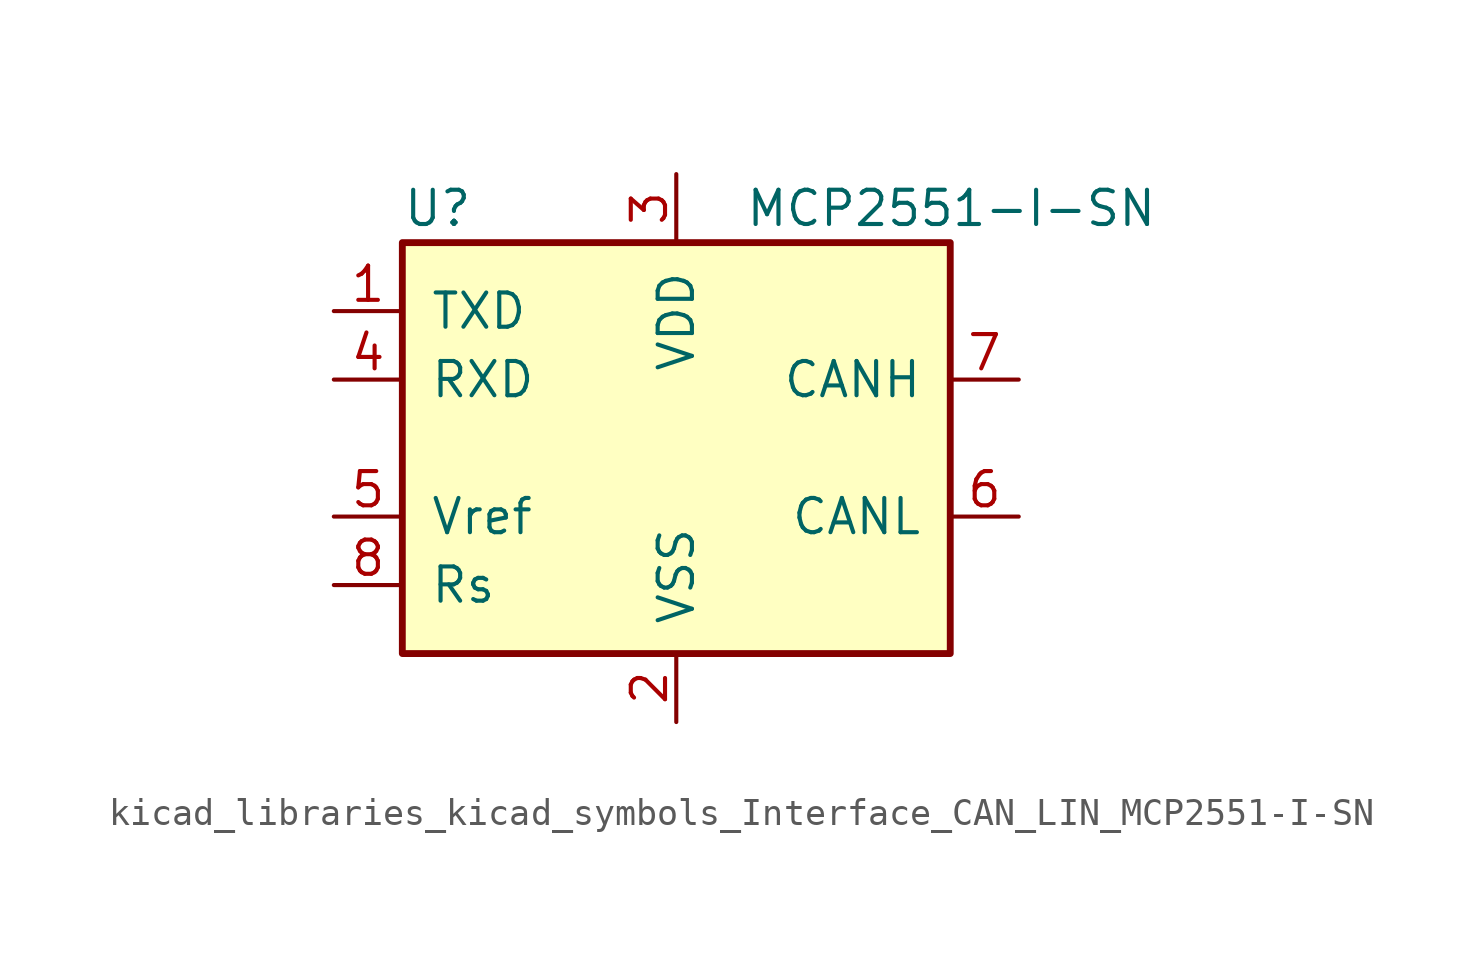
<source format=kicad_sym>
(kicad_symbol_lib
  (version 20220914)
  (generator kicad_symbol_editor)
  (symbol "kicad_libraries_kicad_symbols_Interface_CAN_LIN_MCP2551-I-SN"
    (pin_names
      (offset 1.016))
    (property "Reference" "U"
      (at -10.16 8.89 0)
      (effects (font (size 1.27 1.27)) (justify left)))
    (property "Value" "MCP2551-I-SN"
      (at 2.54 8.89 0)
      (effects (font (size 1.27 1.27)) (justify left)))
    (symbol "kicad_libraries_kicad_symbols_Interface_CAN_LIN_MCP2551-I-SN_0_1"
      (rectangle (start -10.16 7.62) (end 10.16 -7.62) (stroke (width 0.254) (type default)) (fill (type background))))
    (symbol "kicad_libraries_kicad_symbols_Interface_CAN_LIN_MCP2551-I-SN_1_1"
      (pin input line (at -12.7 5.08 0) (length 2.54) (name "TXD" (effects (font (size 1.27 1.27)))) (number "1" (effects (font (size 1.27 1.27)))))
      (pin power_in line (at 0 -10.16 90) (length 2.54) (name "VSS" (effects (font (size 1.27 1.27)))) (number "2" (effects (font (size 1.27 1.27)))))
      (pin power_in line (at 0 10.16 270) (length 2.54) (name "VDD" (effects (font (size 1.27 1.27)))) (number "3" (effects (font (size 1.27 1.27)))))
      (pin output line (at -12.7 2.54 0) (length 2.54) (name "RXD" (effects (font (size 1.27 1.27)))) (number "4" (effects (font (size 1.27 1.27)))))
      (pin power_out line (at -12.7 -2.54 0) (length 2.54) (name "Vref" (effects (font (size 1.27 1.27)))) (number "5" (effects (font (size 1.27 1.27)))))
      (pin bidirectional line (at 12.7 -2.54 180) (length 2.54) (name "CANL" (effects (font (size 1.27 1.27)))) (number "6" (effects (font (size 1.27 1.27)))))
      (pin bidirectional line (at 12.7 2.54 180) (length 2.54) (name "CANH" (effects (font (size 1.27 1.27)))) (number "7" (effects (font (size 1.27 1.27)))))
      (pin input line (at -12.7 -5.08 0) (length 2.54) (name "Rs" (effects (font (size 1.27 1.27)))) (number "8" (effects (font (size 1.27 1.27))))))))
</source>
